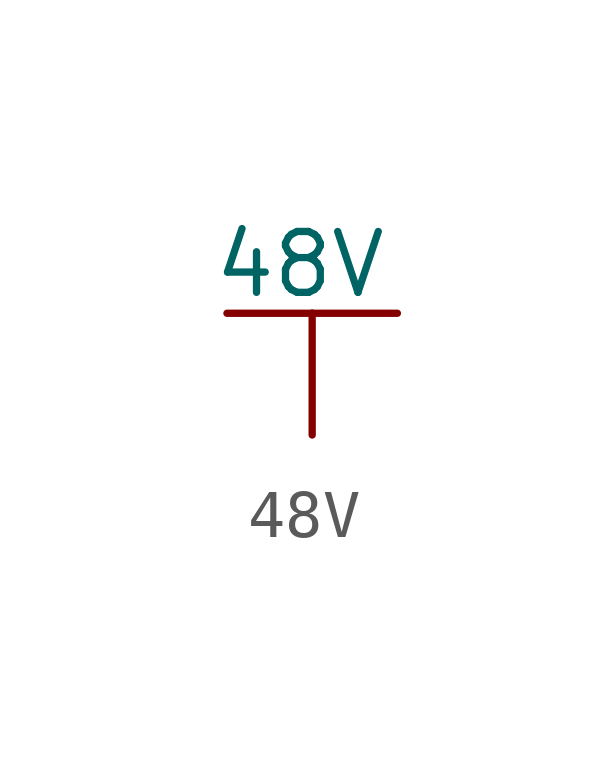
<source format=kicad_sym>
(kicad_symbol_lib
  (version 20220914)
  (generator kicad_symbol_editor)
  (symbol "48V"
    (power)
    (pin_numbers hide)
    (pin_names
      (offset 0) hide)
    (property "Reference" "#PWR"
      (at 0 -3.81 0)
      (effects (font (size 1.27 1.27)) hide))
    (property "Value" "48V"
      (at -0.254 3.556 0)
      (effects (font (size 1.27 1.27))))
    (property "Footprint" ""
      (at 0 0 0)
      (effects (font (size 1.524 1.524))))
    (property "Datasheet" ""
      (at 0 0 0)
      (effects (font (size 1.524 1.524))))
    (symbol "48V_0_1"
      (polyline (pts (xy -1.778 2.54) (xy 0 2.54)) (stroke (width 0) (type default)) (fill (type none)))
      (polyline (pts (xy 0 0) (xy 0 2.54)) (stroke (width 0) (type default)) (fill (type none)))
      (polyline (pts (xy 0 2.54) (xy 1.778 2.54)) (stroke (width 0) (type default)) (fill (type none))))
    (symbol "48V_1_1"
      (pin power_in line (at 0 0 90) (length 0) hide (name "48V" (effects (font (size 1.27 1.27)))) (number "1" (effects (font (size 1.27 1.27))))))))
</source>
